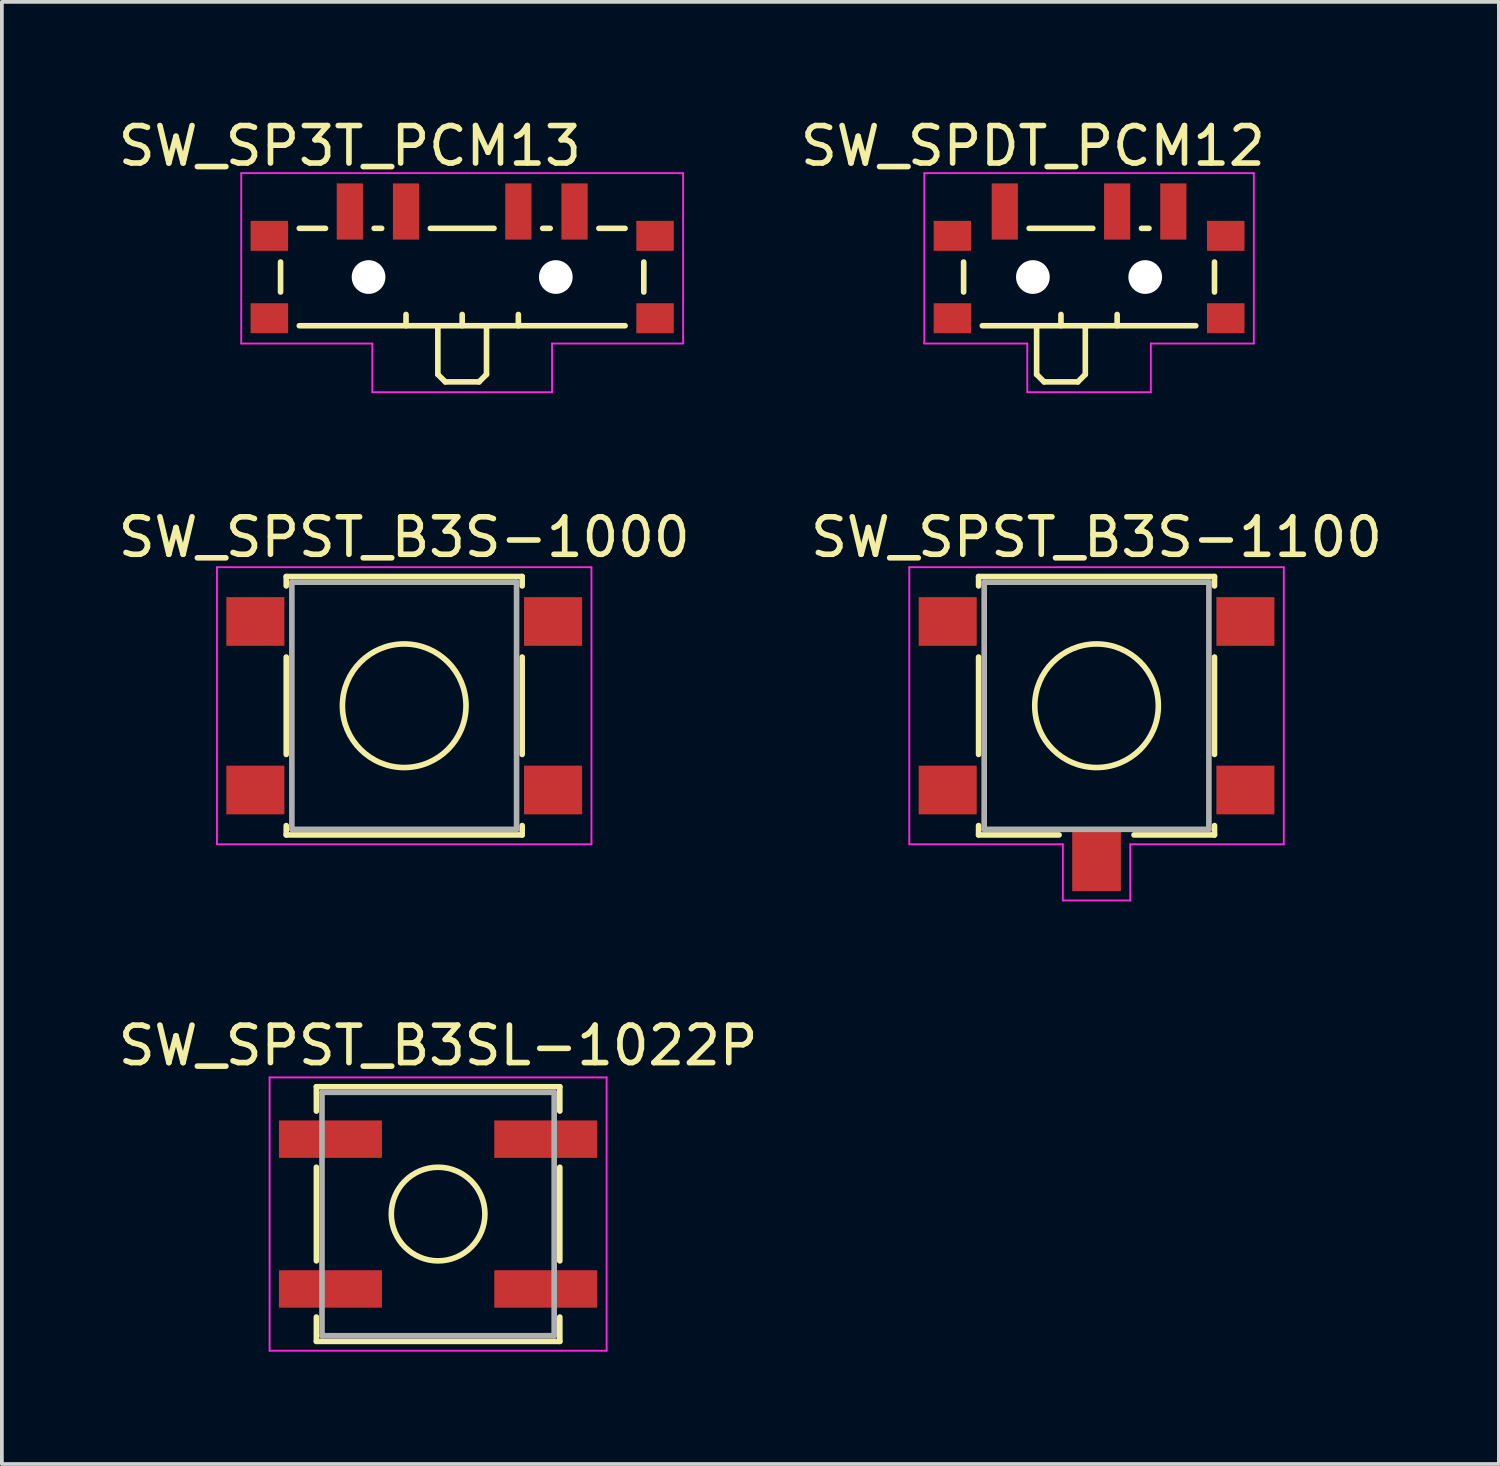
<source format=kicad_pcb>
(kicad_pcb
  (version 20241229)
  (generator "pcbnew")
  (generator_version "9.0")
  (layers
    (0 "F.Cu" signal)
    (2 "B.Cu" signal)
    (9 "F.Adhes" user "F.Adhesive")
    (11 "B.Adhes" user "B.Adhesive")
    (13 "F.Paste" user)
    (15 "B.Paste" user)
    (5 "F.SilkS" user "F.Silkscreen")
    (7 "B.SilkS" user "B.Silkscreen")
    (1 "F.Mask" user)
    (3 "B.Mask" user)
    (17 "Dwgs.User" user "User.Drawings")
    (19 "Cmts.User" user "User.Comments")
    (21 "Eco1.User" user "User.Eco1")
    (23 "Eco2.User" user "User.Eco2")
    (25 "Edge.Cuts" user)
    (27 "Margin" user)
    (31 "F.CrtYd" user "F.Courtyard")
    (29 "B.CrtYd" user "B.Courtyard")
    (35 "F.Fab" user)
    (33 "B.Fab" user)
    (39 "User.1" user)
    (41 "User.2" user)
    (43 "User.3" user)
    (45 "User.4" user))
  (footprint "SW_SPST_B3S-1100"
    (layer "F.Cu")
    (at 26.232 15.796)
    (property "Reference" "SW_SPST_B3S-1100" (at 0 -4.5 0) (layer "F.SilkS") (effects (font (size 1 1) (thickness 0.15))))
    (attr smd)
    (fp_line (start -3.15 -3.45) (end 3.15 -3.45) (stroke (width 0.15) (type solid)) (layer "F.SilkS"))
    (fp_line (start -3.15 -3.2) (end -3.15 -3.45) (stroke (width 0.15) (type solid)) (layer "F.SilkS"))
    (fp_line (start -3.15 1.3) (end -3.15 -1.3) (stroke (width 0.15) (type solid)) (layer "F.SilkS"))
    (fp_line (start -3.15 3.45) (end -3.15 3.2) (stroke (width 0.15) (type solid)) (layer "F.SilkS"))
    (fp_line (start -3.15 3.45) (end -1 3.45) (stroke (width 0.15) (type solid)) (layer "F.SilkS"))
    (fp_line (start 3.15 -3.45) (end 3.15 -3.2) (stroke (width 0.15) (type solid)) (layer "F.SilkS"))
    (fp_line (start 3.15 -1.3) (end 3.15 1.3) (stroke (width 0.15) (type solid)) (layer "F.SilkS"))
    (fp_line (start 3.15 3.2) (end 3.15 3.45) (stroke (width 0.15) (type solid)) (layer "F.SilkS"))
    (fp_line (start 3.15 3.45) (end 1 3.45) (stroke (width 0.15) (type solid)) (layer "F.SilkS"))
    (fp_circle (center 0 0) (end 1.65 0) (stroke (width 0.15) (type solid)) (fill no) (layer "F.SilkS"))
    (fp_line (start -5 -3.7) (end -5 3.7) (stroke (width 0.05) (type solid)) (layer "F.CrtYd"))
    (fp_line (start -5 3.7) (end -0.9 3.7) (stroke (width 0.05) (type solid)) (layer "F.CrtYd"))
    (fp_line (start -0.9 3.7) (end -0.9 5.2) (stroke (width 0.05) (type solid)) (layer "F.CrtYd"))
    (fp_line (start -0.9 5.2) (end 0.9 5.2) (stroke (width 0.05) (type solid)) (layer "F.CrtYd"))
    (fp_line (start 0.9 5.2) (end 0.9 3.7) (stroke (width 0.05) (type solid)) (layer "F.CrtYd"))
    (fp_line (start 5 -3.7) (end -5 -3.7) (stroke (width 0.05) (type solid)) (layer "F.CrtYd"))
    (fp_line (start 5 3.7) (end 0.9 3.7) (stroke (width 0.05) (type solid)) (layer "F.CrtYd"))
    (fp_line (start 5 3.7) (end 5 -3.7) (stroke (width 0.05) (type solid)) (layer "F.CrtYd"))
    (fp_line (start -3 -3.3) (end 3 -3.3) (stroke (width 0.15) (type solid)) (layer "F.Fab"))
    (fp_line (start -3 3.3) (end -3 -3.3) (stroke (width 0.15) (type solid)) (layer "F.Fab"))
    (fp_line (start 3 -3.3) (end 3 3.3) (stroke (width 0.15) (type solid)) (layer "F.Fab"))
    (fp_line (start 3 3.3) (end -3 3.3) (stroke (width 0.15) (type solid)) (layer "F.Fab"))
    (pad "1" smd rect (at -3.975 -2.25) (size 1.55 1.3) (layers "F.Cu" "F.Mask" "F.Paste"))
    (pad "1" smd rect (at 3.975 -2.25) (size 1.55 1.3) (layers "F.Cu" "F.Mask" "F.Paste"))
    (pad "2" smd rect (at -3.975 2.25) (size 1.55 1.3) (layers "F.Cu" "F.Mask" "F.Paste"))
    (pad "2" smd rect (at 3.975 2.25) (size 1.55 1.3) (layers "F.Cu" "F.Mask" "F.Paste"))
    (pad "3" smd rect (at 0 4.1) (size 1.3 1.7) (layers "F.Cu" "F.Mask" "F.Paste")))
  (footprint "SW_SPDT_PCM12"
    (layer "F.Cu")
    (at 26.032 4.023)
    (property "Reference" "SW_SPDT_PCM12" (at -1.5 -3.175 0) (layer "F.SilkS") (effects (font (size 1 1) (thickness 0.15))))
    (attr smd)
    (fp_line (start -3.35 -0.075) (end -3.35 0.725) (stroke (width 0.15) (type solid)) (layer "F.SilkS"))
    (fp_line (start -2.85 1.625) (end 2.85 1.625) (stroke (width 0.15) (type solid)) (layer "F.SilkS"))
    (fp_line (start -1.6 -0.975) (end 0.1 -0.975) (stroke (width 0.15) (type solid)) (layer "F.SilkS"))
    (fp_line (start -1.4 1.625) (end -1.4 2.925) (stroke (width 0.15) (type solid)) (layer "F.SilkS"))
    (fp_line (start -1.4 2.925) (end -1.2 3.125) (stroke (width 0.15) (type solid)) (layer "F.SilkS"))
    (fp_line (start -1.2 3.125) (end -0.3 3.125) (stroke (width 0.15) (type solid)) (layer "F.SilkS"))
    (fp_line (start -0.75 1.325) (end -0.75 1.625) (stroke (width 0.15) (type solid)) (layer "F.SilkS"))
    (fp_line (start -0.1 2.925) (end -0.3 3.125) (stroke (width 0.15) (type solid)) (layer "F.SilkS"))
    (fp_line (start -0.1 2.925) (end -0.1 1.625) (stroke (width 0.15) (type solid)) (layer "F.SilkS"))
    (fp_line (start 0.75 1.325) (end 0.75 1.625) (stroke (width 0.15) (type solid)) (layer "F.SilkS"))
    (fp_line (start 1.4 -0.975) (end 1.6 -0.975) (stroke (width 0.15) (type solid)) (layer "F.SilkS"))
    (fp_line (start 3.35 0.725) (end 3.35 -0.075) (stroke (width 0.15) (type solid)) (layer "F.SilkS"))
    (fp_line (start -4.4 -2.45) (end 4.4 -2.45) (stroke (width 0.05) (type solid)) (layer "F.CrtYd"))
    (fp_line (start -4.4 2.1) (end -4.4 -2.45) (stroke (width 0.05) (type solid)) (layer "F.CrtYd"))
    (fp_line (start -1.65 2.1) (end -4.4 2.1) (stroke (width 0.05) (type solid)) (layer "F.CrtYd"))
    (fp_line (start -1.65 3.4) (end -1.65 2.1) (stroke (width 0.05) (type solid)) (layer "F.CrtYd"))
    (fp_line (start 1.65 2.1) (end 1.65 3.4) (stroke (width 0.05) (type solid)) (layer "F.CrtYd"))
    (fp_line (start 1.65 3.4) (end -1.65 3.4) (stroke (width 0.05) (type solid)) (layer "F.CrtYd"))
    (fp_line (start 4.4 -2.45) (end 4.4 2.1) (stroke (width 0.05) (type solid)) (layer "F.CrtYd"))
    (fp_line (start 4.4 2.1) (end 1.65 2.1) (stroke (width 0.05) (type solid)) (layer "F.CrtYd"))
    (pad "" smd rect (at -3.65 -0.775) (size 1 0.8) (layers "F.Cu" "F.Mask" "F.Paste"))
    (pad "" smd rect (at -3.65 1.425) (size 1 0.8) (layers "F.Cu" "F.Mask" "F.Paste"))
    (pad "" np_thru_hole circle (at -1.5 0.325) (size 0.9 0.9) (drill 0.9) (layers "*.Cu" "*.Mask"))
    (pad "" np_thru_hole circle (at 1.5 0.325) (size 0.9 0.9) (drill 0.9) (layers "*.Cu" "*.Mask"))
    (pad "" smd rect (at 3.65 -0.775) (size 1 0.8) (layers "F.Cu" "F.Mask" "F.Paste"))
    (pad "" smd rect (at 3.65 1.425) (size 1 0.8) (layers "F.Cu" "F.Mask" "F.Paste"))
    (pad "1" smd rect (at -2.25 -1.425) (size 0.7 1.5) (layers "F.Cu" "F.Mask" "F.Paste"))
    (pad "2" smd rect (at 0.75 -1.425) (size 0.7 1.5) (layers "F.Cu" "F.Mask" "F.Paste"))
    (pad "3" smd rect (at 2.25 -1.425) (size 0.7 1.5) (layers "F.Cu" "F.Mask" "F.Paste")))
  (footprint "SW_SPST_B3SL-1022P"
    (layer "F.Cu")
    (at 8.649 29.37)
    (property "Reference" "SW_SPST_B3SL-1022P" (at 0 -4.5 0) (layer "F.SilkS") (effects (font (size 1 1) (thickness 0.15))))
    (attr smd)
    (fp_line (start -3.25 -3.4) (end -3.25 -2.75) (stroke (width 0.15) (type solid)) (layer "F.SilkS"))
    (fp_line (start -3.25 -1.25) (end -3.25 1.25) (stroke (width 0.15) (type solid)) (layer "F.SilkS"))
    (fp_line (start -3.25 3.4) (end -3.25 2.75) (stroke (width 0.15) (type solid)) (layer "F.SilkS"))
    (fp_line (start 3.25 -3.4) (end -3.25 -3.4) (stroke (width 0.15) (type solid)) (layer "F.SilkS"))
    (fp_line (start 3.25 -2.75) (end 3.25 -3.4) (stroke (width 0.15) (type solid)) (layer "F.SilkS"))
    (fp_line (start 3.25 -1.25) (end 3.25 1.25) (stroke (width 0.15) (type solid)) (layer "F.SilkS"))
    (fp_line (start 3.25 2.75) (end 3.25 3.4) (stroke (width 0.15) (type solid)) (layer "F.SilkS"))
    (fp_line (start 3.25 3.4) (end -3.25 3.4) (stroke (width 0.15) (type solid)) (layer "F.SilkS"))
    (fp_circle (center 0 0) (end 1.25 0) (stroke (width 0.15) (type solid)) (fill no) (layer "F.SilkS"))
    (fp_line (start -4.5 -3.65) (end -4.5 3.65) (stroke (width 0.05) (type solid)) (layer "F.CrtYd"))
    (fp_line (start -4.5 3.65) (end 4.5 3.65) (stroke (width 0.05) (type solid)) (layer "F.CrtYd"))
    (fp_line (start 4.5 -3.65) (end -4.5 -3.65) (stroke (width 0.05) (type solid)) (layer "F.CrtYd"))
    (fp_line (start 4.5 3.65) (end 4.5 -3.65) (stroke (width 0.05) (type solid)) (layer "F.CrtYd"))
    (fp_line (start -3.1 -3.25) (end 3.1 -3.25) (stroke (width 0.15) (type solid)) (layer "F.Fab"))
    (fp_line (start -3.1 3.25) (end -3.1 -3.25) (stroke (width 0.15) (type solid)) (layer "F.Fab"))
    (fp_line (start 3.1 -3.25) (end 3.1 3.25) (stroke (width 0.15) (type solid)) (layer "F.Fab"))
    (fp_line (start 3.1 3.25) (end -3.1 3.25) (stroke (width 0.15) (type solid)) (layer "F.Fab"))
    (pad "1" smd rect (at -2.875 -2) (size 2.75 1) (layers "F.Cu" "F.Mask" "F.Paste"))
    (pad "1" smd rect (at 2.875 -2) (size 2.75 1) (layers "F.Cu" "F.Mask" "F.Paste"))
    (pad "2" smd rect (at -2.875 2) (size 2.75 1) (layers "F.Cu" "F.Mask" "F.Paste"))
    (pad "2" smd rect (at 2.875 2) (size 2.75 1) (layers "F.Cu" "F.Mask" "F.Paste")))
  (footprint "SW_SPST_B3S-1000"
    (layer "F.Cu")
    (at 7.744 15.796)
    (property "Reference" "SW_SPST_B3S-1000" (at 0 -4.5 0) (layer "F.SilkS") (effects (font (size 1 1) (thickness 0.15))))
    (attr smd)
    (fp_line (start -3.15 -3.45) (end 3.15 -3.45) (stroke (width 0.15) (type solid)) (layer "F.SilkS"))
    (fp_line (start -3.15 -3.2) (end -3.15 -3.45) (stroke (width 0.15) (type solid)) (layer "F.SilkS"))
    (fp_line (start -3.15 1.3) (end -3.15 -1.3) (stroke (width 0.15) (type solid)) (layer "F.SilkS"))
    (fp_line (start -3.15 3.45) (end -3.15 3.2) (stroke (width 0.15) (type solid)) (layer "F.SilkS"))
    (fp_line (start 3.15 -3.45) (end 3.15 -3.2) (stroke (width 0.15) (type solid)) (layer "F.SilkS"))
    (fp_line (start 3.15 -1.3) (end 3.15 1.3) (stroke (width 0.15) (type solid)) (layer "F.SilkS"))
    (fp_line (start 3.15 3.2) (end 3.15 3.45) (stroke (width 0.15) (type solid)) (layer "F.SilkS"))
    (fp_line (start 3.15 3.45) (end -3.15 3.45) (stroke (width 0.15) (type solid)) (layer "F.SilkS"))
    (fp_circle (center 0 0) (end 1.65 0) (stroke (width 0.15) (type solid)) (fill no) (layer "F.SilkS"))
    (fp_line (start -5 -3.7) (end -5 3.7) (stroke (width 0.05) (type solid)) (layer "F.CrtYd"))
    (fp_line (start -5 3.7) (end 5 3.7) (stroke (width 0.05) (type solid)) (layer "F.CrtYd"))
    (fp_line (start 5 -3.7) (end -5 -3.7) (stroke (width 0.05) (type solid)) (layer "F.CrtYd"))
    (fp_line (start 5 3.7) (end 5 -3.7) (stroke (width 0.05) (type solid)) (layer "F.CrtYd"))
    (fp_line (start -3 -3.3) (end 3 -3.3) (stroke (width 0.15) (type solid)) (layer "F.Fab"))
    (fp_line (start -3 3.3) (end -3 -3.3) (stroke (width 0.15) (type solid)) (layer "F.Fab"))
    (fp_line (start 3 -3.3) (end 3 3.3) (stroke (width 0.15) (type solid)) (layer "F.Fab"))
    (fp_line (start 3 3.3) (end -3 3.3) (stroke (width 0.15) (type solid)) (layer "F.Fab"))
    (pad "1" smd rect (at -3.975 -2.25) (size 1.55 1.3) (layers "F.Cu" "F.Mask" "F.Paste"))
    (pad "1" smd rect (at 3.975 -2.25) (size 1.55 1.3) (layers "F.Cu" "F.Mask" "F.Paste"))
    (pad "2" smd rect (at -3.975 2.25) (size 1.55 1.3) (layers "F.Cu" "F.Mask" "F.Paste"))
    (pad "2" smd rect (at 3.975 2.25) (size 1.55 1.3) (layers "F.Cu" "F.Mask" "F.Paste")))
  (footprint "SW_SP3T_PCM13"
    (layer "F.Cu")
    (at 9.292 4.023)
    (property "Reference" "SW_SP3T_PCM13" (at -3 -3.175 0) (layer "F.SilkS") (effects (font (size 1 1) (thickness 0.15))))
    (attr smd)
    (fp_line (start -4.85 -0.075) (end -4.85 0.725) (stroke (width 0.15) (type solid)) (layer "F.SilkS"))
    (fp_line (start -4.35 -0.975) (end -3.65 -0.975) (stroke (width 0.15) (type solid)) (layer "F.SilkS"))
    (fp_line (start -4.35 1.625) (end 4.35 1.625) (stroke (width 0.15) (type solid)) (layer "F.SilkS"))
    (fp_line (start -2.35 -0.975) (end -2.15 -0.975) (stroke (width 0.15) (type solid)) (layer "F.SilkS"))
    (fp_line (start -1.5 1.625) (end -1.5 1.325) (stroke (width 0.15) (type solid)) (layer "F.SilkS"))
    (fp_line (start -0.85 -0.975) (end 0.85 -0.975) (stroke (width 0.15) (type solid)) (layer "F.SilkS"))
    (fp_line (start -0.65 1.625) (end -0.65 2.925) (stroke (width 0.15) (type solid)) (layer "F.SilkS"))
    (fp_line (start -0.65 2.925) (end -0.45 3.125) (stroke (width 0.15) (type solid)) (layer "F.SilkS"))
    (fp_line (start 0 1.325) (end 0 1.625) (stroke (width 0.15) (type solid)) (layer "F.SilkS"))
    (fp_line (start 0.45 3.125) (end -0.45 3.125) (stroke (width 0.15) (type solid)) (layer "F.SilkS"))
    (fp_line (start 0.65 2.925) (end 0.45 3.125) (stroke (width 0.15) (type solid)) (layer "F.SilkS"))
    (fp_line (start 0.65 2.925) (end 0.65 1.625) (stroke (width 0.15) (type solid)) (layer "F.SilkS"))
    (fp_line (start 1.5 1.325) (end 1.5 1.625) (stroke (width 0.15) (type solid)) (layer "F.SilkS"))
    (fp_line (start 2.15 -0.975) (end 2.35 -0.975) (stroke (width 0.15) (type solid)) (layer "F.SilkS"))
    (fp_line (start 3.65 -0.975) (end 4.35 -0.975) (stroke (width 0.15) (type solid)) (layer "F.SilkS"))
    (fp_line (start 4.85 0.725) (end 4.85 -0.075) (stroke (width 0.15) (type solid)) (layer "F.SilkS"))
    (fp_line (start -5.9 -2.45) (end 5.9 -2.45) (stroke (width 0.05) (type solid)) (layer "F.CrtYd"))
    (fp_line (start -5.9 2.1) (end -5.9 -2.45) (stroke (width 0.05) (type solid)) (layer "F.CrtYd"))
    (fp_line (start -2.4 2.1) (end -5.9 2.1) (stroke (width 0.05) (type solid)) (layer "F.CrtYd"))
    (fp_line (start -2.4 3.4) (end -2.4 2.1) (stroke (width 0.05) (type solid)) (layer "F.CrtYd"))
    (fp_line (start 2.4 2.1) (end 2.4 3.4) (stroke (width 0.05) (type solid)) (layer "F.CrtYd"))
    (fp_line (start 2.4 3.4) (end -2.4 3.4) (stroke (width 0.05) (type solid)) (layer "F.CrtYd"))
    (fp_line (start 5.9 -2.45) (end 5.9 2.1) (stroke (width 0.05) (type solid)) (layer "F.CrtYd"))
    (fp_line (start 5.9 2.1) (end 2.4 2.1) (stroke (width 0.05) (type solid)) (layer "F.CrtYd"))
    (pad "" smd rect (at -5.15 -0.775) (size 1 0.8) (layers "F.Cu" "F.Mask" "F.Paste"))
    (pad "" smd rect (at -5.15 1.425) (size 1 0.8) (layers "F.Cu" "F.Mask" "F.Paste"))
    (pad "" np_thru_hole circle (at -2.5 0.325) (size 0.9 0.9) (drill 0.9) (layers "*.Cu" "*.Mask"))
    (pad "" np_thru_hole circle (at 2.5 0.325) (size 0.9 0.9) (drill 0.9) (layers "*.Cu" "*.Mask"))
    (pad "" smd rect (at 5.15 -0.775) (size 1 0.8) (layers "F.Cu" "F.Mask" "F.Paste"))
    (pad "" smd rect (at 5.15 1.425) (size 1 0.8) (layers "F.Cu" "F.Mask" "F.Paste"))
    (pad "1" smd rect (at -3 -1.425) (size 0.7 1.5) (layers "F.Cu" "F.Mask" "F.Paste"))
    (pad "2" smd rect (at -1.5 -1.425) (size 0.7 1.5) (layers "F.Cu" "F.Mask" "F.Paste"))
    (pad "3" smd rect (at 1.5 -1.425) (size 0.7 1.5) (layers "F.Cu" "F.Mask" "F.Paste"))
    (pad "4" smd rect (at 3 -1.425) (size 0.7 1.5) (layers "F.Cu" "F.Mask" "F.Paste")))
  (gr_rect
    (start -3 -3)
    (end 36.976 36.045)
    (stroke (width 0.1) (type default))
    (fill no)
    (layer "Edge.Cuts")))
</source>
